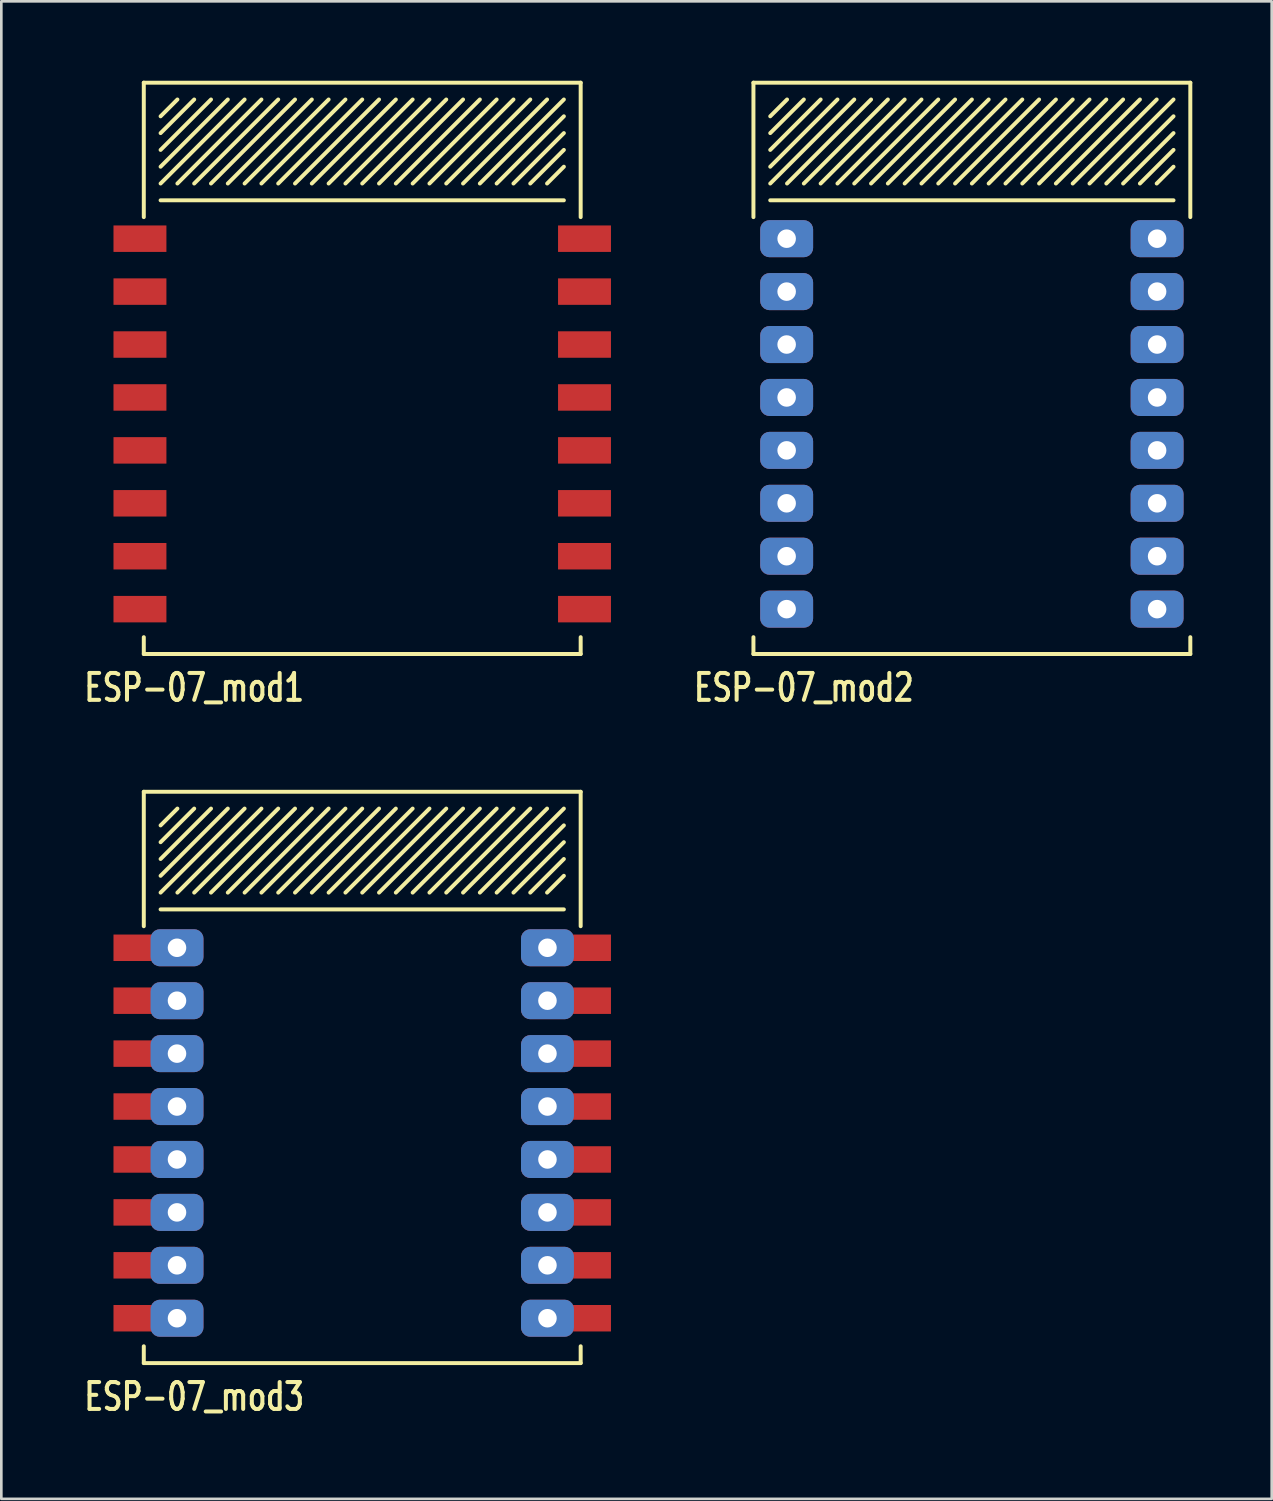
<source format=kicad_pcb>
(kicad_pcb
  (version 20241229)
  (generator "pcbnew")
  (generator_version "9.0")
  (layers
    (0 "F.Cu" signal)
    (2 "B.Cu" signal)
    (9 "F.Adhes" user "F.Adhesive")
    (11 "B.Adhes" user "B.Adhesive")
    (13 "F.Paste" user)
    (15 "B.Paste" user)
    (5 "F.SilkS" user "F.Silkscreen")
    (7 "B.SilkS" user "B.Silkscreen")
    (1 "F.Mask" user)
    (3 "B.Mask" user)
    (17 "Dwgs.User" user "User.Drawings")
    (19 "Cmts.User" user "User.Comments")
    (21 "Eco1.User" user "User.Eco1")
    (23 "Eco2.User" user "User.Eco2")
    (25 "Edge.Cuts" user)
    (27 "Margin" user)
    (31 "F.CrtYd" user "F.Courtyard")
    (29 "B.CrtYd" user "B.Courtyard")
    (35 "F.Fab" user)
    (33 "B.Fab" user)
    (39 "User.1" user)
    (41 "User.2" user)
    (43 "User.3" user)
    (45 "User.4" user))
  (footprint "ESP-07_mod1"
    (layer "F.Cu")
    (at 10.639 10.97)
    (property "Reference" "ESP-07_mod1" (at -6.35 11.965 0) (layer "F.SilkS") (effects (font (size 1.016 0.762) (thickness 0.152))))
    (attr through_hole)
    (fp_line (start -8.255 -10.895) (end -8.255 -5.815) (stroke (width 0.15) (type solid)) (layer "F.SilkS"))
    (fp_line (start -8.255 10.06) (end -8.255 10.695) (stroke (width 0.15) (type solid)) (layer "F.SilkS"))
    (fp_line (start -8.255 10.695) (end 8.255 10.695) (stroke (width 0.15) (type solid)) (layer "F.SilkS"))
    (fp_line (start -7.62 -9.625) (end -6.985 -10.26) (stroke (width 0.15) (type solid)) (layer "F.SilkS"))
    (fp_line (start -7.62 -8.355) (end -5.715 -10.26) (stroke (width 0.15) (type solid)) (layer "F.SilkS"))
    (fp_line (start -7.62 -7.085) (end -4.445 -10.26) (stroke (width 0.15) (type solid)) (layer "F.SilkS"))
    (fp_line (start -7.62 -6.45) (end 7.62 -6.45) (stroke (width 0.15) (type solid)) (layer "F.SilkS"))
    (fp_line (start -6.35 -10.26) (end -7.62 -8.99) (stroke (width 0.15) (type solid)) (layer "F.SilkS"))
    (fp_line (start -6.35 -7.085) (end -3.175 -10.26) (stroke (width 0.15) (type solid)) (layer "F.SilkS"))
    (fp_line (start -5.08 -10.26) (end -7.62 -7.72) (stroke (width 0.15) (type solid)) (layer "F.SilkS"))
    (fp_line (start -5.08 -7.085) (end -1.905 -10.26) (stroke (width 0.15) (type solid)) (layer "F.SilkS"))
    (fp_line (start -3.81 -10.26) (end -6.985 -7.085) (stroke (width 0.15) (type solid)) (layer "F.SilkS"))
    (fp_line (start -3.81 -7.085) (end -0.635 -10.26) (stroke (width 0.15) (type solid)) (layer "F.SilkS"))
    (fp_line (start -2.54 -10.26) (end -5.715 -7.085) (stroke (width 0.15) (type solid)) (layer "F.SilkS"))
    (fp_line (start -2.54 -7.085) (end 0.635 -10.26) (stroke (width 0.15) (type solid)) (layer "F.SilkS"))
    (fp_line (start -1.27 -10.26) (end -4.445 -7.085) (stroke (width 0.15) (type solid)) (layer "F.SilkS"))
    (fp_line (start -1.27 -7.085) (end 1.905 -10.26) (stroke (width 0.15) (type solid)) (layer "F.SilkS"))
    (fp_line (start 0 -10.26) (end -3.175 -7.085) (stroke (width 0.15) (type solid)) (layer "F.SilkS"))
    (fp_line (start 0.635 -7.085) (end 3.81 -10.26) (stroke (width 0.15) (type solid)) (layer "F.SilkS"))
    (fp_line (start 1.27 -10.26) (end -1.905 -7.085) (stroke (width 0.15) (type solid)) (layer "F.SilkS"))
    (fp_line (start 1.27 -7.085) (end 4.445 -10.26) (stroke (width 0.15) (type solid)) (layer "F.SilkS"))
    (fp_line (start 2.54 -10.26) (end -0.635 -7.085) (stroke (width 0.15) (type solid)) (layer "F.SilkS"))
    (fp_line (start 2.54 -7.085) (end 5.715 -10.26) (stroke (width 0.15) (type solid)) (layer "F.SilkS"))
    (fp_line (start 3.175 -10.26) (end 0 -7.085) (stroke (width 0.15) (type solid)) (layer "F.SilkS"))
    (fp_line (start 3.81 -7.085) (end 6.985 -10.26) (stroke (width 0.15) (type solid)) (layer "F.SilkS"))
    (fp_line (start 5.08 -10.26) (end 1.905 -7.085) (stroke (width 0.15) (type solid)) (layer "F.SilkS"))
    (fp_line (start 5.08 -7.085) (end 7.62 -9.625) (stroke (width 0.15) (type solid)) (layer "F.SilkS"))
    (fp_line (start 6.35 -10.26) (end 3.175 -7.085) (stroke (width 0.15) (type solid)) (layer "F.SilkS"))
    (fp_line (start 6.985 -7.085) (end 7.62 -7.72) (stroke (width 0.15) (type solid)) (layer "F.SilkS"))
    (fp_line (start 7.62 -10.26) (end 4.445 -7.085) (stroke (width 0.15) (type solid)) (layer "F.SilkS"))
    (fp_line (start 7.62 -8.99) (end 5.715 -7.085) (stroke (width 0.15) (type solid)) (layer "F.SilkS"))
    (fp_line (start 7.62 -8.355) (end 6.35 -7.085) (stroke (width 0.15) (type solid)) (layer "F.SilkS"))
    (fp_line (start 8.255 -10.895) (end -8.255 -10.895) (stroke (width 0.15) (type solid)) (layer "F.SilkS"))
    (fp_line (start 8.255 -5.815) (end 8.255 -10.895) (stroke (width 0.15) (type solid)) (layer "F.SilkS"))
    (fp_line (start 8.255 10.695) (end 8.255 10.06) (stroke (width 0.15) (type solid)) (layer "F.SilkS"))
    (fp_line (start -8 -10.7) (end 8 -10.7) (stroke (width 0.15) (type solid)) (layer "Margin"))
    (fp_line (start -8 10.5) (end -8 -10.7) (stroke (width 0.15) (type solid)) (layer "Margin"))
    (fp_line (start 8 -10.7) (end 8 10.5) (stroke (width 0.15) (type solid)) (layer "Margin"))
    (fp_line (start 8 10.5) (end -8 10.5) (stroke (width 0.15) (type solid)) (layer "Margin"))
    (pad "1" smd rect (at -8.4 -5) (size 2 1) (layers "F.Cu" "F.Mask" "F.Paste"))
    (pad "2" smd rect (at -8.4 -3) (size 2 1) (layers "F.Cu" "F.Mask" "F.Paste"))
    (pad "3" smd rect (at -8.4 -1) (size 2 1) (layers "F.Cu" "F.Mask" "F.Paste"))
    (pad "4" smd rect (at -8.4 1) (size 2 1) (layers "F.Cu" "F.Mask" "F.Paste"))
    (pad "5" smd rect (at -8.4 3) (size 2 1) (layers "F.Cu" "F.Mask" "F.Paste"))
    (pad "6" smd rect (at -8.4 5) (size 2 1) (layers "F.Cu" "F.Mask" "F.Paste"))
    (pad "7" smd rect (at -8.4 7) (size 2 1) (layers "F.Cu" "F.Mask" "F.Paste"))
    (pad "8" smd rect (at -8.4 9) (size 2 1) (layers "F.Cu" "F.Mask" "F.Paste"))
    (pad "9" smd rect (at 8.4 9) (size 2 1) (layers "F.Cu" "F.Mask" "F.Paste"))
    (pad "10" smd rect (at 8.4 7) (size 2 1) (layers "F.Cu" "F.Mask" "F.Paste"))
    (pad "11" smd rect (at 8.4 5) (size 2 1) (layers "F.Cu" "F.Mask" "F.Paste"))
    (pad "12" smd rect (at 8.4 3) (size 2 1) (layers "F.Cu" "F.Mask" "F.Paste"))
    (pad "13" smd rect (at 8.4 1) (size 2 1) (layers "F.Cu" "F.Mask" "F.Paste"))
    (pad "14" smd rect (at 8.4 -1) (size 2 1) (layers "F.Cu" "F.Mask" "F.Paste"))
    (pad "15" smd rect (at 8.4 -3) (size 2 1) (layers "F.Cu" "F.Mask" "F.Paste"))
    (pad "16" smd rect (at 8.4 -5) (size 2 1) (layers "F.Cu" "F.Mask" "F.Paste")))
  (footprint "ESP-07_mod2"
    (layer "F.Cu")
    (at 33.678 10.97)
    (property "Reference" "ESP-07_mod2" (at -6.35 11.965 0) (layer "F.SilkS") (effects (font (size 1.016 0.762) (thickness 0.152))))
    (attr through_hole)
    (fp_line (start -8.255 -10.895) (end -8.255 -5.815) (stroke (width 0.15) (type solid)) (layer "F.SilkS"))
    (fp_line (start -8.255 10.06) (end -8.255 10.695) (stroke (width 0.15) (type solid)) (layer "F.SilkS"))
    (fp_line (start -8.255 10.695) (end 8.255 10.695) (stroke (width 0.15) (type solid)) (layer "F.SilkS"))
    (fp_line (start -7.62 -9.625) (end -6.985 -10.26) (stroke (width 0.15) (type solid)) (layer "F.SilkS"))
    (fp_line (start -7.62 -8.355) (end -5.715 -10.26) (stroke (width 0.15) (type solid)) (layer "F.SilkS"))
    (fp_line (start -7.62 -7.085) (end -4.445 -10.26) (stroke (width 0.15) (type solid)) (layer "F.SilkS"))
    (fp_line (start -7.62 -6.45) (end 7.62 -6.45) (stroke (width 0.15) (type solid)) (layer "F.SilkS"))
    (fp_line (start -6.35 -10.26) (end -7.62 -8.99) (stroke (width 0.15) (type solid)) (layer "F.SilkS"))
    (fp_line (start -6.35 -7.085) (end -3.175 -10.26) (stroke (width 0.15) (type solid)) (layer "F.SilkS"))
    (fp_line (start -5.08 -10.26) (end -7.62 -7.72) (stroke (width 0.15) (type solid)) (layer "F.SilkS"))
    (fp_line (start -5.08 -7.085) (end -1.905 -10.26) (stroke (width 0.15) (type solid)) (layer "F.SilkS"))
    (fp_line (start -3.81 -10.26) (end -6.985 -7.085) (stroke (width 0.15) (type solid)) (layer "F.SilkS"))
    (fp_line (start -3.81 -7.085) (end -0.635 -10.26) (stroke (width 0.15) (type solid)) (layer "F.SilkS"))
    (fp_line (start -2.54 -10.26) (end -5.715 -7.085) (stroke (width 0.15) (type solid)) (layer "F.SilkS"))
    (fp_line (start -2.54 -7.085) (end 0.635 -10.26) (stroke (width 0.15) (type solid)) (layer "F.SilkS"))
    (fp_line (start -1.27 -10.26) (end -4.445 -7.085) (stroke (width 0.15) (type solid)) (layer "F.SilkS"))
    (fp_line (start -1.27 -7.085) (end 1.905 -10.26) (stroke (width 0.15) (type solid)) (layer "F.SilkS"))
    (fp_line (start 0 -10.26) (end -3.175 -7.085) (stroke (width 0.15) (type solid)) (layer "F.SilkS"))
    (fp_line (start 0.635 -7.085) (end 3.81 -10.26) (stroke (width 0.15) (type solid)) (layer "F.SilkS"))
    (fp_line (start 1.27 -10.26) (end -1.905 -7.085) (stroke (width 0.15) (type solid)) (layer "F.SilkS"))
    (fp_line (start 1.27 -7.085) (end 4.445 -10.26) (stroke (width 0.15) (type solid)) (layer "F.SilkS"))
    (fp_line (start 2.54 -10.26) (end -0.635 -7.085) (stroke (width 0.15) (type solid)) (layer "F.SilkS"))
    (fp_line (start 2.54 -7.085) (end 5.715 -10.26) (stroke (width 0.15) (type solid)) (layer "F.SilkS"))
    (fp_line (start 3.175 -10.26) (end 0 -7.085) (stroke (width 0.15) (type solid)) (layer "F.SilkS"))
    (fp_line (start 3.81 -7.085) (end 6.985 -10.26) (stroke (width 0.15) (type solid)) (layer "F.SilkS"))
    (fp_line (start 5.08 -10.26) (end 1.905 -7.085) (stroke (width 0.15) (type solid)) (layer "F.SilkS"))
    (fp_line (start 5.08 -7.085) (end 7.62 -9.625) (stroke (width 0.15) (type solid)) (layer "F.SilkS"))
    (fp_line (start 6.35 -10.26) (end 3.175 -7.085) (stroke (width 0.15) (type solid)) (layer "F.SilkS"))
    (fp_line (start 6.985 -7.085) (end 7.62 -7.72) (stroke (width 0.15) (type solid)) (layer "F.SilkS"))
    (fp_line (start 7.62 -10.26) (end 4.445 -7.085) (stroke (width 0.15) (type solid)) (layer "F.SilkS"))
    (fp_line (start 7.62 -8.99) (end 5.715 -7.085) (stroke (width 0.15) (type solid)) (layer "F.SilkS"))
    (fp_line (start 7.62 -8.355) (end 6.35 -7.085) (stroke (width 0.15) (type solid)) (layer "F.SilkS"))
    (fp_line (start 8.255 -10.895) (end -8.255 -10.895) (stroke (width 0.15) (type solid)) (layer "F.SilkS"))
    (fp_line (start 8.255 -5.815) (end 8.255 -10.895) (stroke (width 0.15) (type solid)) (layer "F.SilkS"))
    (fp_line (start 8.255 10.695) (end 8.255 10.06) (stroke (width 0.15) (type solid)) (layer "F.SilkS"))
    (fp_line (start -8 -10.7) (end 8 -10.7) (stroke (width 0.15) (type solid)) (layer "Margin"))
    (fp_line (start -8 10.5) (end -8 -10.7) (stroke (width 0.15) (type solid)) (layer "Margin"))
    (fp_line (start 8 -10.7) (end 8 10.5) (stroke (width 0.15) (type solid)) (layer "Margin"))
    (fp_line (start 8 10.5) (end -8 10.5) (stroke (width 0.15) (type solid)) (layer "Margin"))
    (pad "1" thru_hole roundrect (at -7 -5) (size 2 1.4) (drill 0.7) (layers "*.Cu" "*.Mask") (roundrect_rratio 0.25))
    (pad "2" thru_hole roundrect (at -7 -3) (size 2 1.4) (drill 0.7) (layers "*.Cu" "*.Mask") (roundrect_rratio 0.25))
    (pad "3" thru_hole roundrect (at -7 -1) (size 2 1.4) (drill 0.7) (layers "*.Cu" "*.Mask") (roundrect_rratio 0.25))
    (pad "4" thru_hole roundrect (at -7 1) (size 2 1.4) (drill 0.7) (layers "*.Cu" "*.Mask") (roundrect_rratio 0.25))
    (pad "5" thru_hole roundrect (at -7 3) (size 2 1.4) (drill 0.7) (layers "*.Cu" "*.Mask") (roundrect_rratio 0.25))
    (pad "6" thru_hole roundrect (at -7 5) (size 2 1.4) (drill 0.7) (layers "*.Cu" "*.Mask") (roundrect_rratio 0.25))
    (pad "7" thru_hole roundrect (at -7 7) (size 2 1.4) (drill 0.7) (layers "*.Cu" "*.Mask") (roundrect_rratio 0.25))
    (pad "8" thru_hole roundrect (at -7 9) (size 2 1.4) (drill 0.7) (layers "*.Cu" "*.Mask") (roundrect_rratio 0.25))
    (pad "9" thru_hole roundrect (at 7 9) (size 2 1.4) (drill 0.7) (layers "*.Cu" "*.Mask") (roundrect_rratio 0.25))
    (pad "10" thru_hole roundrect (at 7 7) (size 2 1.4) (drill 0.7) (layers "*.Cu" "*.Mask") (roundrect_rratio 0.25))
    (pad "11" thru_hole roundrect (at 7 5) (size 2 1.4) (drill 0.7) (layers "*.Cu" "*.Mask") (roundrect_rratio 0.25))
    (pad "12" thru_hole roundrect (at 7 3) (size 2 1.4) (drill 0.7) (layers "*.Cu" "*.Mask") (roundrect_rratio 0.25))
    (pad "13" thru_hole roundrect (at 7 1) (size 2 1.4) (drill 0.7) (layers "*.Cu" "*.Mask") (roundrect_rratio 0.25))
    (pad "14" thru_hole roundrect (at 7 -1) (size 2 1.4) (drill 0.7) (layers "*.Cu" "*.Mask") (roundrect_rratio 0.25))
    (pad "15" thru_hole roundrect (at 7 -3) (size 2 1.4) (drill 0.7) (layers "*.Cu" "*.Mask") (roundrect_rratio 0.25))
    (pad "16" thru_hole roundrect (at 7 -5) (size 2 1.4) (drill 0.7) (layers "*.Cu" "*.Mask") (roundrect_rratio 0.25)))
  (footprint "ESP-07_mod3"
    (layer "F.Cu")
    (at 10.639 37.767)
    (property "Reference" "ESP-07_mod3" (at -6.35 11.965 0) (layer "F.SilkS") (effects (font (size 1.016 0.762) (thickness 0.152))))
    (attr through_hole)
    (fp_line (start -8.255 -10.895) (end -8.255 -5.815) (stroke (width 0.15) (type solid)) (layer "F.SilkS"))
    (fp_line (start -8.255 10.06) (end -8.255 10.695) (stroke (width 0.15) (type solid)) (layer "F.SilkS"))
    (fp_line (start -8.255 10.695) (end 8.255 10.695) (stroke (width 0.15) (type solid)) (layer "F.SilkS"))
    (fp_line (start -7.62 -9.625) (end -6.985 -10.26) (stroke (width 0.15) (type solid)) (layer "F.SilkS"))
    (fp_line (start -7.62 -8.355) (end -5.715 -10.26) (stroke (width 0.15) (type solid)) (layer "F.SilkS"))
    (fp_line (start -7.62 -7.085) (end -4.445 -10.26) (stroke (width 0.15) (type solid)) (layer "F.SilkS"))
    (fp_line (start -7.62 -6.45) (end 7.62 -6.45) (stroke (width 0.15) (type solid)) (layer "F.SilkS"))
    (fp_line (start -6.35 -10.26) (end -7.62 -8.99) (stroke (width 0.15) (type solid)) (layer "F.SilkS"))
    (fp_line (start -6.35 -7.085) (end -3.175 -10.26) (stroke (width 0.15) (type solid)) (layer "F.SilkS"))
    (fp_line (start -5.08 -10.26) (end -7.62 -7.72) (stroke (width 0.15) (type solid)) (layer "F.SilkS"))
    (fp_line (start -5.08 -7.085) (end -1.905 -10.26) (stroke (width 0.15) (type solid)) (layer "F.SilkS"))
    (fp_line (start -3.81 -10.26) (end -6.985 -7.085) (stroke (width 0.15) (type solid)) (layer "F.SilkS"))
    (fp_line (start -3.81 -7.085) (end -0.635 -10.26) (stroke (width 0.15) (type solid)) (layer "F.SilkS"))
    (fp_line (start -2.54 -10.26) (end -5.715 -7.085) (stroke (width 0.15) (type solid)) (layer "F.SilkS"))
    (fp_line (start -2.54 -7.085) (end 0.635 -10.26) (stroke (width 0.15) (type solid)) (layer "F.SilkS"))
    (fp_line (start -1.27 -10.26) (end -4.445 -7.085) (stroke (width 0.15) (type solid)) (layer "F.SilkS"))
    (fp_line (start -1.27 -7.085) (end 1.905 -10.26) (stroke (width 0.15) (type solid)) (layer "F.SilkS"))
    (fp_line (start 0 -10.26) (end -3.175 -7.085) (stroke (width 0.15) (type solid)) (layer "F.SilkS"))
    (fp_line (start 0.635 -7.085) (end 3.81 -10.26) (stroke (width 0.15) (type solid)) (layer "F.SilkS"))
    (fp_line (start 1.27 -10.26) (end -1.905 -7.085) (stroke (width 0.15) (type solid)) (layer "F.SilkS"))
    (fp_line (start 1.27 -7.085) (end 4.445 -10.26) (stroke (width 0.15) (type solid)) (layer "F.SilkS"))
    (fp_line (start 2.54 -10.26) (end -0.635 -7.085) (stroke (width 0.15) (type solid)) (layer "F.SilkS"))
    (fp_line (start 2.54 -7.085) (end 5.715 -10.26) (stroke (width 0.15) (type solid)) (layer "F.SilkS"))
    (fp_line (start 3.175 -10.26) (end 0 -7.085) (stroke (width 0.15) (type solid)) (layer "F.SilkS"))
    (fp_line (start 3.81 -7.085) (end 6.985 -10.26) (stroke (width 0.15) (type solid)) (layer "F.SilkS"))
    (fp_line (start 5.08 -10.26) (end 1.905 -7.085) (stroke (width 0.15) (type solid)) (layer "F.SilkS"))
    (fp_line (start 5.08 -7.085) (end 7.62 -9.625) (stroke (width 0.15) (type solid)) (layer "F.SilkS"))
    (fp_line (start 6.35 -10.26) (end 3.175 -7.085) (stroke (width 0.15) (type solid)) (layer "F.SilkS"))
    (fp_line (start 6.985 -7.085) (end 7.62 -7.72) (stroke (width 0.15) (type solid)) (layer "F.SilkS"))
    (fp_line (start 7.62 -10.26) (end 4.445 -7.085) (stroke (width 0.15) (type solid)) (layer "F.SilkS"))
    (fp_line (start 7.62 -8.99) (end 5.715 -7.085) (stroke (width 0.15) (type solid)) (layer "F.SilkS"))
    (fp_line (start 7.62 -8.355) (end 6.35 -7.085) (stroke (width 0.15) (type solid)) (layer "F.SilkS"))
    (fp_line (start 8.255 -10.895) (end -8.255 -10.895) (stroke (width 0.15) (type solid)) (layer "F.SilkS"))
    (fp_line (start 8.255 -5.815) (end 8.255 -10.895) (stroke (width 0.15) (type solid)) (layer "F.SilkS"))
    (fp_line (start 8.255 10.695) (end 8.255 10.06) (stroke (width 0.15) (type solid)) (layer "F.SilkS"))
    (fp_line (start -8 -10.7) (end 8 -10.7) (stroke (width 0.15) (type solid)) (layer "Margin"))
    (fp_line (start -8 10.5) (end -8 -10.7) (stroke (width 0.15) (type solid)) (layer "Margin"))
    (fp_line (start 8 -10.7) (end 8 10.5) (stroke (width 0.15) (type solid)) (layer "Margin"))
    (fp_line (start 8 10.5) (end -8 10.5) (stroke (width 0.15) (type solid)) (layer "Margin"))
    (pad "1" smd rect (at -8.4 -5) (size 2 1) (layers "F.Cu" "F.Mask" "F.Paste"))
    (pad "1" thru_hole roundrect (at -7 -5) (size 2 1.4) (drill 0.7) (layers "*.Cu" "*.Mask") (roundrect_rratio 0.25))
    (pad "2" smd rect (at -8.4 -3) (size 2 1) (layers "F.Cu" "F.Mask" "F.Paste"))
    (pad "2" thru_hole roundrect (at -7 -3) (size 2 1.4) (drill 0.7) (layers "*.Cu" "*.Mask") (roundrect_rratio 0.25))
    (pad "3" smd rect (at -8.4 -1) (size 2 1) (layers "F.Cu" "F.Mask" "F.Paste"))
    (pad "3" thru_hole roundrect (at -7 -1) (size 2 1.4) (drill 0.7) (layers "*.Cu" "*.Mask") (roundrect_rratio 0.25))
    (pad "4" smd rect (at -8.4 1) (size 2 1) (layers "F.Cu" "F.Mask" "F.Paste"))
    (pad "4" thru_hole roundrect (at -7 1) (size 2 1.4) (drill 0.7) (layers "*.Cu" "*.Mask") (roundrect_rratio 0.25))
    (pad "5" smd rect (at -8.4 3) (size 2 1) (layers "F.Cu" "F.Mask" "F.Paste"))
    (pad "5" thru_hole roundrect (at -7 3) (size 2 1.4) (drill 0.7) (layers "*.Cu" "*.Mask") (roundrect_rratio 0.25))
    (pad "6" smd rect (at -8.4 5) (size 2 1) (layers "F.Cu" "F.Mask" "F.Paste"))
    (pad "6" thru_hole roundrect (at -7 5) (size 2 1.4) (drill 0.7) (layers "*.Cu" "*.Mask") (roundrect_rratio 0.25))
    (pad "7" smd rect (at -8.4 7) (size 2 1) (layers "F.Cu" "F.Mask" "F.Paste"))
    (pad "7" thru_hole roundrect (at -7 7) (size 2 1.4) (drill 0.7) (layers "*.Cu" "*.Mask") (roundrect_rratio 0.25))
    (pad "8" smd rect (at -8.4 9) (size 2 1) (layers "F.Cu" "F.Mask" "F.Paste"))
    (pad "8" thru_hole roundrect (at -7 9) (size 2 1.4) (drill 0.7) (layers "*.Cu" "*.Mask") (roundrect_rratio 0.25))
    (pad "9" thru_hole roundrect (at 7 9) (size 2 1.4) (drill 0.7) (layers "*.Cu" "*.Mask") (roundrect_rratio 0.25))
    (pad "9" smd rect (at 8.4 9) (size 2 1) (layers "F.Cu" "F.Mask" "F.Paste"))
    (pad "10" thru_hole roundrect (at 7 7) (size 2 1.4) (drill 0.7) (layers "*.Cu" "*.Mask") (roundrect_rratio 0.25))
    (pad "10" smd rect (at 8.4 7) (size 2 1) (layers "F.Cu" "F.Mask" "F.Paste"))
    (pad "11" thru_hole roundrect (at 7 5) (size 2 1.4) (drill 0.7) (layers "*.Cu" "*.Mask") (roundrect_rratio 0.25))
    (pad "11" smd rect (at 8.4 5) (size 2 1) (layers "F.Cu" "F.Mask" "F.Paste"))
    (pad "12" thru_hole roundrect (at 7 3) (size 2 1.4) (drill 0.7) (layers "*.Cu" "*.Mask") (roundrect_rratio 0.25))
    (pad "12" smd rect (at 8.4 3) (size 2 1) (layers "F.Cu" "F.Mask" "F.Paste"))
    (pad "13" thru_hole roundrect (at 7 1) (size 2 1.4) (drill 0.7) (layers "*.Cu" "*.Mask") (roundrect_rratio 0.25))
    (pad "13" smd rect (at 8.4 1) (size 2 1) (layers "F.Cu" "F.Mask" "F.Paste"))
    (pad "14" thru_hole roundrect (at 7 -1) (size 2 1.4) (drill 0.7) (layers "*.Cu" "*.Mask") (roundrect_rratio 0.25))
    (pad "14" smd rect (at 8.4 -1) (size 2 1) (layers "F.Cu" "F.Mask" "F.Paste"))
    (pad "15" thru_hole roundrect (at 7 -3) (size 2 1.4) (drill 0.7) (layers "*.Cu" "*.Mask") (roundrect_rratio 0.25))
    (pad "15" smd rect (at 8.4 -3) (size 2 1) (layers "F.Cu" "F.Mask" "F.Paste"))
    (pad "16" thru_hole roundrect (at 7 -5) (size 2 1.4) (drill 0.7) (layers "*.Cu" "*.Mask") (roundrect_rratio 0.25))
    (pad "16" smd rect (at 8.4 -5) (size 2 1) (layers "F.Cu" "F.Mask" "F.Paste")))
  (gr_rect
    (start -3 -3)
    (end 45.008 53.594)
    (stroke (width 0.1) (type default))
    (fill no)
    (layer "Edge.Cuts")))
</source>
